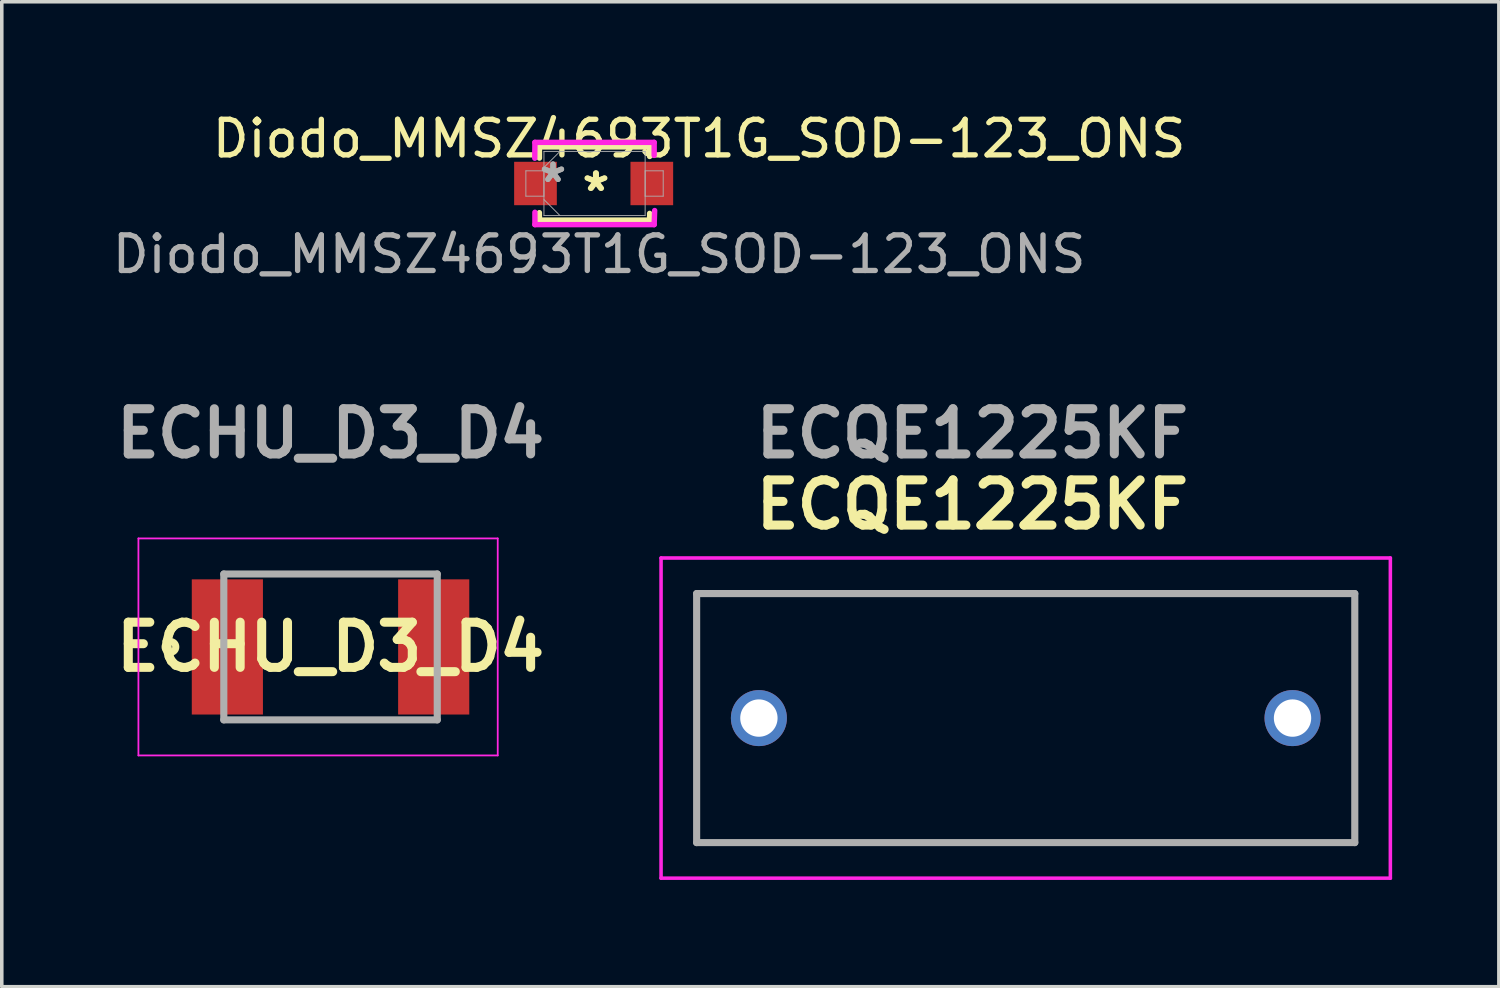
<source format=kicad_pcb>
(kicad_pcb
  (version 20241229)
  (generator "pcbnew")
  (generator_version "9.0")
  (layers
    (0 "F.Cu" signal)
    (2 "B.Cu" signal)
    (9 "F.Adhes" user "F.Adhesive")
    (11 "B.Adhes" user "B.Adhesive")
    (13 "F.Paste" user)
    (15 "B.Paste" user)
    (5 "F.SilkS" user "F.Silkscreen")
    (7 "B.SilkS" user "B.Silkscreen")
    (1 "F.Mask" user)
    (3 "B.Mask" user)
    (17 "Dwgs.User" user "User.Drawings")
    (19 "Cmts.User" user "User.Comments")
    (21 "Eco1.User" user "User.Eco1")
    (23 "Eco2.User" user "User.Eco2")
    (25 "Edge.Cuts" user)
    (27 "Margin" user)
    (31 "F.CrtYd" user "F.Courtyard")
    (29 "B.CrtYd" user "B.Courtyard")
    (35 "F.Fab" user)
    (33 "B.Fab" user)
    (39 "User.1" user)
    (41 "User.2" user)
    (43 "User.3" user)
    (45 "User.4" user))
  (footprint "ECQE1225KF"
    (layer "F.Cu")
    (at 18.282 17.135)
    (property "Reference" "ECQE1225KF" (at 6 -6 0) (layer "F.SilkS") (effects (font (size 1.27 1.27) (thickness 0.254))))
    (attr through_hole)
    (fp_line (start -1.75 -3.5) (end 16.75 -3.5) (stroke (width 0.1) (type solid)) (layer "F.SilkS"))
    (fp_line (start -1.75 3.5) (end -1.75 -3.5) (stroke (width 0.1) (type solid)) (layer "F.SilkS"))
    (fp_line (start 16.75 -3.5) (end 16.75 3.5) (stroke (width 0.1) (type solid)) (layer "F.SilkS"))
    (fp_line (start 16.75 3.5) (end -1.75 3.5) (stroke (width 0.1) (type solid)) (layer "F.SilkS"))
    (fp_line (start -2.75 -4.5) (end 17.75 -4.5) (stroke (width 0.1) (type solid)) (layer "F.CrtYd"))
    (fp_line (start -2.75 4.5) (end -2.75 -4.5) (stroke (width 0.1) (type solid)) (layer "F.CrtYd"))
    (fp_line (start 17.75 -4.5) (end 17.75 4.5) (stroke (width 0.1) (type solid)) (layer "F.CrtYd"))
    (fp_line (start 17.75 4.5) (end -2.75 4.5) (stroke (width 0.1) (type solid)) (layer "F.CrtYd"))
    (fp_line (start -1.75 -3.5) (end 16.75 -3.5) (stroke (width 0.2) (type solid)) (layer "F.Fab"))
    (fp_line (start -1.75 3.5) (end -1.75 -3.5) (stroke (width 0.2) (type solid)) (layer "F.Fab"))
    (fp_line (start 16.75 -3.5) (end 16.75 3.5) (stroke (width 0.2) (type solid)) (layer "F.Fab"))
    (fp_line (start 16.75 3.5) (end -1.75 3.5) (stroke (width 0.2) (type solid)) (layer "F.Fab"))
    (fp_text user "${REFERENCE}" (at 6 -8 0) (layer "F.Fab") (effects (font (size 1.27 1.27) (thickness 0.254))))
    (pad "1" thru_hole circle (at 0 0) (size 1.575 1.575) (drill 1.05) (layers "*.Cu" "*.Mask"))
    (pad "2" thru_hole circle (at 15 0) (size 1.575 1.575) (drill 1.05) (layers "*.Cu" "*.Mask")))
  (footprint "ECHU_D3_D4"
    (layer "F.Cu")
    (at 6.241 15.135)
    (property "Reference" "ECHU_D3_D4" (at 0 0 0) (layer "F.SilkS") (effects (font (size 1.27 1.27) (thickness 0.254))))
    (attr smd)
    (fp_circle (center -4.5 0) (end -4.5 0.05) (stroke (width 0.2) (type solid)) (fill no) (layer "F.SilkS"))
    (fp_line (start -5.4 -3.05) (end 4.7 -3.05) (stroke (width 0.05) (type solid)) (layer "F.CrtYd"))
    (fp_line (start -5.4 3.05) (end -5.4 -3.05) (stroke (width 0.05) (type solid)) (layer "F.CrtYd"))
    (fp_line (start 4.7 -3.05) (end 4.7 3.05) (stroke (width 0.05) (type solid)) (layer "F.CrtYd"))
    (fp_line (start 4.7 3.05) (end -5.4 3.05) (stroke (width 0.05) (type solid)) (layer "F.CrtYd"))
    (fp_line (start -3 -2.05) (end 3 -2.05) (stroke (width 0.2) (type solid)) (layer "F.Fab"))
    (fp_line (start -3 2.05) (end -3 -2.05) (stroke (width 0.2) (type solid)) (layer "F.Fab"))
    (fp_line (start 3 -2.05) (end 3 2.05) (stroke (width 0.2) (type solid)) (layer "F.Fab"))
    (fp_line (start 3 2.05) (end -3 2.05) (stroke (width 0.2) (type solid)) (layer "F.Fab"))
    (fp_text user "${REFERENCE}" (at 0 -6 0) (layer "F.Fab") (effects (font (size 1.27 1.27) (thickness 0.254))))
    (pad "1" smd rect (at -2.9 0) (size 2 3.8) (layers "F.Cu" "F.Mask" "F.Paste"))
    (pad "2" smd rect (at 2.9 0) (size 2 3.8) (layers "F.Cu" "F.Mask" "F.Paste")))
  (footprint "Diodo_MMSZ4693T1G_SOD-123_ONS"
    (layer "F.Cu")
    (at 13.662 2.108)
    (property "Reference" "Diodo_MMSZ4693T1G_SOD-123_ONS" (at 2.94 -1.26 0) (unlocked yes) (layer "F.SilkS") (effects (font (size 1 1) (thickness 0.15))))
    (attr smd)
    (fp_line (start -1.55 0.82) (end -1.549 1.029) (stroke (width 0.152) (type solid)) (layer "F.SilkS"))
    (fp_line (start -1.549 -1.029) (end -1.549 -0.714) (stroke (width 0.152) (type solid)) (layer "F.SilkS"))
    (fp_line (start -1.549 1.029) (end 1.549 1.029) (stroke (width 0.152) (type solid)) (layer "F.SilkS"))
    (fp_line (start 1.549 -1.029) (end -1.549 -1.029) (stroke (width 0.152) (type solid)) (layer "F.SilkS"))
    (fp_line (start 1.549 -0.76) (end 1.549 -1.029) (stroke (width 0.152) (type solid)) (layer "F.SilkS"))
    (fp_line (start 1.549 1.029) (end 1.549 0.84) (stroke (width 0.152) (type solid)) (layer "F.SilkS"))
    (fp_line (start -1.68 -0.71) (end -1.676 -1.156) (stroke (width 0.152) (type solid)) (layer "F.CrtYd"))
    (fp_line (start -1.676 -1.156) (end 1.676 -1.156) (stroke (width 0.152) (type solid)) (layer "F.CrtYd"))
    (fp_line (start -1.676 1.156) (end -1.676 0.809) (stroke (width 0.152) (type solid)) (layer "F.CrtYd"))
    (fp_line (start 1.676 -1.156) (end 1.676 -0.79) (stroke (width 0.152) (type solid)) (layer "F.CrtYd"))
    (fp_line (start 1.676 1.156) (end -1.676 1.156) (stroke (width 0.152) (type solid)) (layer "F.CrtYd"))
    (fp_line (start 1.69 0.76) (end 1.676 1.156) (stroke (width 0.152) (type solid)) (layer "F.CrtYd"))
    (fp_line (start -1.93 -0.356) (end -1.93 0.356) (stroke (width 0.025) (type solid)) (layer "F.Fab"))
    (fp_line (start -1.93 0.356) (end -1.422 0.356) (stroke (width 0.025) (type solid)) (layer "F.Fab"))
    (fp_line (start -1.422 -0.902) (end -1.422 0.902) (stroke (width 0.025) (type solid)) (layer "F.Fab"))
    (fp_line (start -1.422 -0.451) (end -0.972 -0.902) (stroke (width 0.025) (type solid)) (layer "F.Fab"))
    (fp_line (start -1.422 -0.356) (end -1.93 -0.356) (stroke (width 0.025) (type solid)) (layer "F.Fab"))
    (fp_line (start -1.422 0.356) (end -1.422 -0.356) (stroke (width 0.025) (type solid)) (layer "F.Fab"))
    (fp_line (start -1.422 0.451) (end -0.972 0.902) (stroke (width 0.025) (type solid)) (layer "F.Fab"))
    (fp_line (start -1.422 0.902) (end 1.422 0.902) (stroke (width 0.025) (type solid)) (layer "F.Fab"))
    (fp_line (start 1.422 -0.902) (end -1.422 -0.902) (stroke (width 0.025) (type solid)) (layer "F.Fab"))
    (fp_line (start 1.422 -0.356) (end 1.422 0.356) (stroke (width 0.025) (type solid)) (layer "F.Fab"))
    (fp_line (start 1.422 0.356) (end 1.93 0.356) (stroke (width 0.025) (type solid)) (layer "F.Fab"))
    (fp_line (start 1.422 0.902) (end 1.422 -0.902) (stroke (width 0.025) (type solid)) (layer "F.Fab"))
    (fp_line (start 1.93 -0.356) (end 1.422 -0.356) (stroke (width 0.025) (type solid)) (layer "F.Fab"))
    (fp_line (start 1.93 0.356) (end 1.93 -0.356) (stroke (width 0.025) (type solid)) (layer "F.Fab"))
    (fp_text user "*" (at 0.05 0.25 0) (unlocked yes) (layer "F.SilkS") (effects (font (size 1 1) (thickness 0.15))))
    (fp_text user "*" (at 0.03 0.25 0) (layer "F.SilkS") (effects (font (size 1 1) (thickness 0.15))))
    (fp_text user "*" (at -1.168 0 0) (layer "F.Fab") (effects (font (size 1 1) (thickness 0.15))))
    (fp_text user "${REFERENCE}" (at 0.13 1.99 0) (unlocked yes) (layer "F.Fab") (effects (font (size 1 1) (thickness 0.15))))
    (fp_text user "*" (at -1.168 0 0) (unlocked yes) (layer "F.Fab") (effects (font (size 1 1) (thickness 0.15))))
    (pad "1" smd rect (at -1.66 0) (size 1.2 1.22) (layers "F.Cu" "F.Mask" "F.Paste"))
    (pad "2" smd rect (at 1.61 0) (size 1.2 1.22) (layers "F.Cu" "F.Mask" "F.Paste")))
  (gr_rect
    (start -3 -3)
    (end 39.082 24.685)
    (stroke (width 0.1) (type default))
    (fill no)
    (layer "Edge.Cuts")))
</source>
